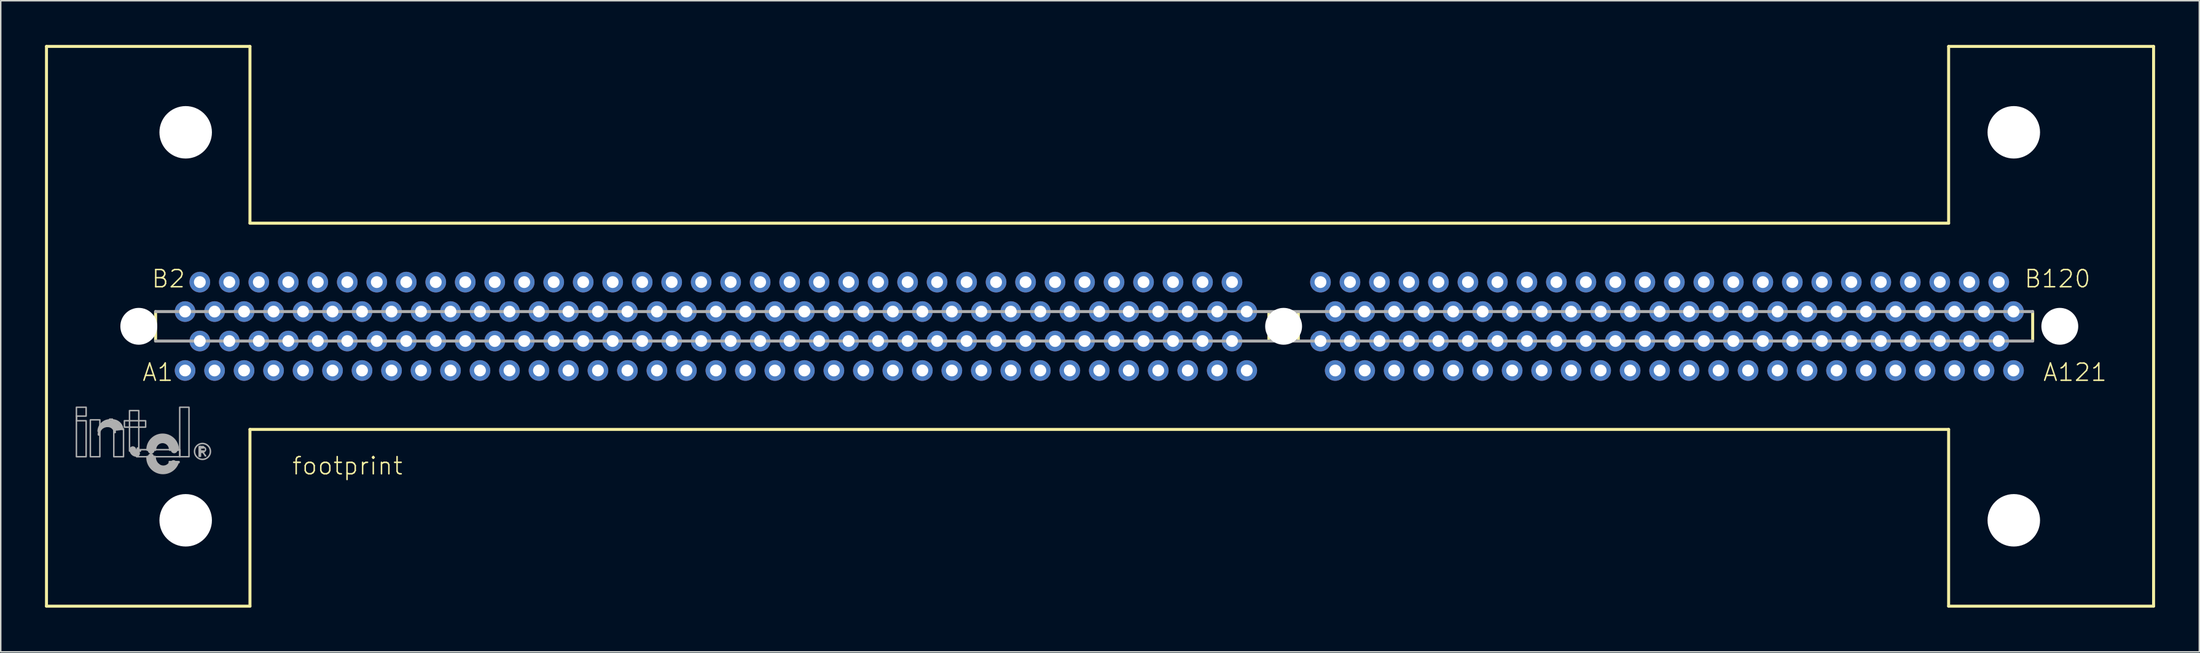
<source format=kicad_pcb>
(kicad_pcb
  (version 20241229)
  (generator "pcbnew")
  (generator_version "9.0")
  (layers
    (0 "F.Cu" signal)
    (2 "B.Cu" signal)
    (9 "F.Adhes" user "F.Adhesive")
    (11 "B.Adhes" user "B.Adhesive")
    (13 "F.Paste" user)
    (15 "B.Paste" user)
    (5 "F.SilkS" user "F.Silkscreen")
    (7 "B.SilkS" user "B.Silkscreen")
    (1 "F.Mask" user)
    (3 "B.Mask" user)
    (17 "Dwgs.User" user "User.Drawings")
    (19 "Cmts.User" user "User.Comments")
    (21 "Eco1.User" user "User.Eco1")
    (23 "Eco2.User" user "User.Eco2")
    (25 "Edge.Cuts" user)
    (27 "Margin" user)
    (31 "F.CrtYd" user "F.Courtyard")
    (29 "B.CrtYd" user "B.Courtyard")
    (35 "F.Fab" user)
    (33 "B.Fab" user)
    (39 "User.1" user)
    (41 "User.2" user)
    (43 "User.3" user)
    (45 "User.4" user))
  (footprint "footprint"
    (layer "F.Cu")
    (at 84.002 19.102)
    (property "Reference" "footprint" (at -67.31 10.16 0) (layer "F.SilkS") (effects (font (size 1.168 1.168) (thickness 0.102)) (justify left bottom)))
    (fp_line (start -83.9 -19) (end -70.1 -19) (stroke (width 0.203) (type solid)) (layer "F.SilkS"))
    (fp_line (start -83.9 19) (end -83.9 -19) (stroke (width 0.203) (type solid)) (layer "F.SilkS"))
    (fp_line (start -76.5 -1) (end -76.5 1) (stroke (width 0.203) (type solid)) (layer "F.SilkS"))
    (fp_line (start -70.1 -19) (end -70.1 -7) (stroke (width 0.203) (type solid)) (layer "F.SilkS"))
    (fp_line (start -70.1 -7) (end 45.1 -7) (stroke (width 0.203) (type solid)) (layer "F.SilkS"))
    (fp_line (start -70.1 7) (end -70.1 19) (stroke (width 0.203) (type solid)) (layer "F.SilkS"))
    (fp_line (start -70.1 19) (end -83.9 19) (stroke (width 0.203) (type solid)) (layer "F.SilkS"))
    (fp_line (start -1 -0.9) (end -1 0.9) (stroke (width 0.203) (type solid)) (layer "F.SilkS"))
    (fp_line (start 1 -0.9) (end 1 0.9) (stroke (width 0.203) (type solid)) (layer "F.SilkS"))
    (fp_line (start 45.1 -19) (end 59 -19) (stroke (width 0.203) (type solid)) (layer "F.SilkS"))
    (fp_line (start 45.1 -7) (end 45.1 -19) (stroke (width 0.203) (type solid)) (layer "F.SilkS"))
    (fp_line (start 45.1 7) (end -70.1 7) (stroke (width 0.203) (type solid)) (layer "F.SilkS"))
    (fp_line (start 45.1 19) (end 45.1 7) (stroke (width 0.203) (type solid)) (layer "F.SilkS"))
    (fp_line (start 50.8 1) (end 50.8 -1) (stroke (width 0.203) (type solid)) (layer "F.SilkS"))
    (fp_line (start 59 -19) (end 59 19) (stroke (width 0.203) (type solid)) (layer "F.SilkS"))
    (fp_line (start 59 19) (end 45.1 19) (stroke (width 0.203) (type solid)) (layer "F.SilkS"))
    (fp_line (start -76.5 1) (end 50.8 1) (stroke (width 0.203) (type solid)) (layer "F.Fab"))
    (fp_line (start -73.17 8.765) (end -73.14 8.81) (stroke (width 0.051) (type solid)) (layer "F.Fab"))
    (fp_line (start -73.14 8.765) (end -73.305 8.525) (stroke (width 0.102) (type solid)) (layer "F.Fab"))
    (fp_line (start -73.14 8.81) (end -73.08 8.81) (stroke (width 0.051) (type solid)) (layer "F.Fab"))
    (fp_line (start -73.08 8.81) (end -73.14 8.72) (stroke (width 0.051) (type solid)) (layer "F.Fab"))
    (fp_line (start 50.8 -1) (end -76.5 -1) (stroke (width 0.203) (type solid)) (layer "F.Fab"))
    (fp_arc (start -80.37 7.115) (mid -80.133611 6.595426) (end -79.605001 6.379999) (stroke (width 0.1524) (type solid)) (layer "F.Fab"))
    (fp_arc (start -80.355 7.355) (mid -80.167551 6.925137) (end -79.725 6.769998) (stroke (width 0.1524) (type solid)) (layer "F.Fab"))
    (fp_arc (start -80.2801 7.01) (mid -79.586702 6.447334) (end -78.87 6.979998) (stroke (width 0.1524) (type solid)) (layer "F.Fab"))
    (fp_arc (start -80.055 6.815) (mid -79.460734 6.579406) (end -78.975 6.995) (stroke (width 0.1524) (type solid)) (layer "F.Fab"))
    (fp_arc (start -79.785 6.7249) (mid -79.374337 6.723623) (end -79.08 7.01) (stroke (width 0.1524) (type solid)) (layer "F.Fab"))
    (fp_arc (start -79.77 6.77) (mid -79.431509 6.878616) (end -79.26 7.189998) (stroke (width 0.1524) (type solid)) (layer "F.Fab"))
    (fp_arc (start -79.485 6.755) (mid -79.317715 6.863838) (end -79.2 7.025) (stroke (width 0.1524) (type solid)) (layer "F.Fab"))
    (fp_arc (start -79.44 6.3799) (mid -78.981342 6.549266) (end -78.75 6.98) (stroke (width 0.1524) (type solid)) (layer "F.Fab"))
    (fp_arc (start -77.79 8.63) (mid -77.970312 8.555312) (end -78.045 8.375) (stroke (width 0.4572) (type solid)) (layer "F.Fab"))
    (fp_arc (start -77.55 8.45) (mid -77.666673 8.401673) (end -77.715 8.285) (stroke (width 0.1524) (type solid)) (layer "F.Fab"))
    (fp_arc (start -77.055 8.39) (mid -76.02 7.347473) (end -74.985 8.39) (stroke (width 0.1524) (type solid)) (layer "F.Fab"))
    (fp_arc (start -76.8001 8.42) (mid -76.035489 7.602124) (end -75.239999 8.389998) (stroke (width 0.4572) (type solid)) (layer "F.Fab"))
    (fp_arc (start -76.53 8.39) (mid -76.0275 7.856605) (end -75.525 8.39) (stroke (width 0.1524) (type solid)) (layer "F.Fab"))
    (fp_arc (start -76.305 9.4101) (mid -76.495002 9.161262) (end -76.56 8.855) (stroke (width 0.1524) (type solid)) (layer "F.Fab"))
    (fp_arc (start -75.944999 9.724999) (mid -76.572447 9.471686) (end -76.815 8.84) (stroke (width 0.4064) (type solid)) (layer "F.Fab"))
    (fp_arc (start -75.495099 9.215) (mid -75.861723 9.515015) (end -76.32 9.395) (stroke (width 0.1524) (type solid)) (layer "F.Fab"))
    (fp_arc (start -75.284998 9.29) (mid -75.55113 9.639532) (end -75.975 9.755) (stroke (width 0.4064) (type solid)) (layer "F.Fab"))
    (fp_arc (start -74.9851 9.215) (mid -76.179236 9.950274) (end -77.055 8.855) (stroke (width 0.1524) (type solid)) (layer "F.Fab"))
    (fp_arc (start -73.26 8.21) (mid -73.11 8.36) (end -73.26 8.51) (stroke (width 0.1016) (type solid)) (layer "F.Fab"))
    (fp_circle (center -73.32 8.495) (end -72.78 8.495) (stroke (width 0.102) (type solid)) (fill no) (layer "F.Fab"))
    (fp_poly (pts (xy -81.87 6.095) (xy -81.21 6.095) (xy -81.21 5.495) (xy -81.87 5.495)) (stroke (width 0.1) (type solid)) (fill no) (layer "F.Fab"))
    (fp_poly (pts (xy -81.87 6.41) (xy -81.855 6.41) (xy -81.855 6.095) (xy -81.87 6.095)) (stroke (width 0.1) (type solid)) (fill no) (layer "F.Fab"))
    (fp_poly (pts (xy -81.87 8.855) (xy -81.21 8.855) (xy -81.21 6.41) (xy -81.87 6.41)) (stroke (width 0.1) (type solid)) (fill no) (layer "F.Fab"))
    (fp_poly (pts (xy -80.925 8.855) (xy -80.28 8.855) (xy -80.28 6.35) (xy -80.925 6.35)) (stroke (width 0.1) (type solid)) (fill no) (layer "F.Fab"))
    (fp_poly (pts (xy -79.62 6.44) (xy -79.425 6.44) (xy -79.425 6.305) (xy -79.62 6.305)) (stroke (width 0.1) (type solid)) (fill no) (layer "F.Fab"))
    (fp_poly (pts (xy -79.335 8.855) (xy -78.675 8.855) (xy -78.675 6.965) (xy -79.335 6.965)) (stroke (width 0.1) (type solid)) (fill no) (layer "F.Fab"))
    (fp_poly (pts (xy -78.615 6.845) (xy -77.175 6.845) (xy -77.175 6.41) (xy -78.615 6.41)) (stroke (width 0.1) (type solid)) (fill no) (layer "F.Fab"))
    (fp_poly (pts (xy -78.27 8.465) (xy -77.64 8.465) (xy -77.64 5.72) (xy -78.27 5.72)) (stroke (width 0.1) (type solid)) (fill no) (layer "F.Fab"))
    (fp_poly (pts (xy -77.79 8.855) (xy -74.85 8.855) (xy -74.85 8.375) (xy -77.79 8.375)) (stroke (width 0.1) (type solid)) (fill no) (layer "F.Fab"))
    (fp_poly (pts (xy -75.57 9.245) (xy -74.91 9.245) (xy -74.91 9.185) (xy -75.57 9.185)) (stroke (width 0.1) (type solid)) (fill no) (layer "F.Fab"))
    (fp_poly (pts (xy -75.465 9.38) (xy -75.045 9.38) (xy -75.045 9.23) (xy -75.465 9.23)) (stroke (width 0.1) (type solid)) (fill no) (layer "F.Fab"))
    (fp_poly (pts (xy -74.865 8.855) (xy -74.235 8.855) (xy -74.235 5.495) (xy -74.865 5.495)) (stroke (width 0.1) (type solid)) (fill no) (layer "F.Fab"))
    (fp_poly (pts (xy -73.545 8.825) (xy -73.455 8.825) (xy -73.455 8.165) (xy -73.545 8.165)) (stroke (width 0.1) (type solid)) (fill no) (layer "F.Fab"))
    (fp_poly (pts (xy -73.47 8.255) (xy -73.26 8.255) (xy -73.26 8.165) (xy -73.47 8.165)) (stroke (width 0.1) (type solid)) (fill no) (layer "F.Fab"))
    (fp_poly (pts (xy -73.47 8.555) (xy -73.245 8.555) (xy -73.245 8.465) (xy -73.47 8.465)) (stroke (width 0.1) (type solid)) (fill no) (layer "F.Fab"))
    (fp_text user "A1" (at -77.47 3.81 0) (layer "F.SilkS") (effects (font (size 1.168 1.168) (thickness 0.102)) (justify left bottom)))
    (fp_text user "B2" (at -76.835 -2.54 0) (layer "F.SilkS") (effects (font (size 1.168 1.168) (thickness 0.102)) (justify left bottom)))
    (fp_text user "B120" (at 50.165 -2.54 0) (layer "F.SilkS") (effects (font (size 1.168 1.168) (thickness 0.102)) (justify left bottom)))
    (fp_text user "A121" (at 51.435 3.81 0) (layer "F.SilkS") (effects (font (size 1.168 1.168) (thickness 0.102)) (justify left bottom)))
    (pad "" np_thru_hole circle (at -77.64 0) (size 2.5 2.5) (drill 2.5) (layers "*.Cu" "*.Mask"))
    (pad "" np_thru_hole circle (at -74.46 -13.17) (size 3.56 3.56) (drill 3.56) (layers "*.Cu" "*.Mask"))
    (pad "" np_thru_hole circle (at -74.46 13.17) (size 3.56 3.56) (drill 3.56) (layers "*.Cu" "*.Mask"))
    (pad "" np_thru_hole circle (at 0 0) (size 2.5 2.5) (drill 2.5) (layers "*.Cu" "*.Mask"))
    (pad "" np_thru_hole circle (at 49.52 -13.17) (size 3.56 3.56) (drill 3.56) (layers "*.Cu" "*.Mask"))
    (pad "" np_thru_hole circle (at 49.52 13.17) (size 3.56 3.56) (drill 3.56) (layers "*.Cu" "*.Mask"))
    (pad "" np_thru_hole circle (at 52.64 0) (size 2.5 2.5) (drill 2.5) (layers "*.Cu" "*.Mask"))
    (pad "A1" thru_hole circle (at -74.5 3) (size 1.4 1.4) (drill 0.8) (layers "*.Cu" "*.Mask"))
    (pad "A2" thru_hole circle (at -73.5 1) (size 1.4 1.4) (drill 0.8) (layers "*.Cu" "*.Mask"))
    (pad "A3" thru_hole circle (at -72.5 3) (size 1.4 1.4) (drill 0.8) (layers "*.Cu" "*.Mask"))
    (pad "A4" thru_hole circle (at -71.5 1) (size 1.4 1.4) (drill 0.8) (layers "*.Cu" "*.Mask"))
    (pad "A5" thru_hole circle (at -70.5 3) (size 1.4 1.4) (drill 0.8) (layers "*.Cu" "*.Mask"))
    (pad "A6" thru_hole circle (at -69.5 1) (size 1.4 1.4) (drill 0.8) (layers "*.Cu" "*.Mask"))
    (pad "A7" thru_hole circle (at -68.5 3) (size 1.4 1.4) (drill 0.8) (layers "*.Cu" "*.Mask"))
    (pad "A8" thru_hole circle (at -67.5 1) (size 1.4 1.4) (drill 0.8) (layers "*.Cu" "*.Mask"))
    (pad "A9" thru_hole circle (at -66.5 3) (size 1.4 1.4) (drill 0.8) (layers "*.Cu" "*.Mask"))
    (pad "A10" thru_hole circle (at -65.5 1) (size 1.4 1.4) (drill 0.8) (layers "*.Cu" "*.Mask"))
    (pad "A11" thru_hole circle (at -64.5 3) (size 1.4 1.4) (drill 0.8) (layers "*.Cu" "*.Mask"))
    (pad "A12" thru_hole circle (at -63.5 1) (size 1.4 1.4) (drill 0.8) (layers "*.Cu" "*.Mask"))
    (pad "A13" thru_hole circle (at -62.5 3) (size 1.4 1.4) (drill 0.8) (layers "*.Cu" "*.Mask"))
    (pad "A14" thru_hole circle (at -61.5 1) (size 1.4 1.4) (drill 0.8) (layers "*.Cu" "*.Mask"))
    (pad "A15" thru_hole circle (at -60.5 3) (size 1.4 1.4) (drill 0.8) (layers "*.Cu" "*.Mask"))
    (pad "A16" thru_hole circle (at -59.5 1) (size 1.4 1.4) (drill 0.8) (layers "*.Cu" "*.Mask"))
    (pad "A17" thru_hole circle (at -58.5 3) (size 1.4 1.4) (drill 0.8) (layers "*.Cu" "*.Mask"))
    (pad "A18" thru_hole circle (at -57.5 1) (size 1.4 1.4) (drill 0.8) (layers "*.Cu" "*.Mask"))
    (pad "A19" thru_hole circle (at -56.5 3) (size 1.4 1.4) (drill 0.8) (layers "*.Cu" "*.Mask"))
    (pad "A20" thru_hole circle (at -55.5 1) (size 1.4 1.4) (drill 0.8) (layers "*.Cu" "*.Mask"))
    (pad "A21" thru_hole circle (at -54.5 3) (size 1.4 1.4) (drill 0.8) (layers "*.Cu" "*.Mask"))
    (pad "A22" thru_hole circle (at -53.5 1) (size 1.4 1.4) (drill 0.8) (layers "*.Cu" "*.Mask"))
    (pad "A23" thru_hole circle (at -52.5 3) (size 1.4 1.4) (drill 0.8) (layers "*.Cu" "*.Mask"))
    (pad "A24" thru_hole circle (at -51.5 1) (size 1.4 1.4) (drill 0.8) (layers "*.Cu" "*.Mask"))
    (pad "A25" thru_hole circle (at -50.5 3) (size 1.4 1.4) (drill 0.8) (layers "*.Cu" "*.Mask"))
    (pad "A26" thru_hole circle (at -49.5 1) (size 1.4 1.4) (drill 0.8) (layers "*.Cu" "*.Mask"))
    (pad "A27" thru_hole circle (at -48.5 3) (size 1.4 1.4) (drill 0.8) (layers "*.Cu" "*.Mask"))
    (pad "A28" thru_hole circle (at -47.5 1) (size 1.4 1.4) (drill 0.8) (layers "*.Cu" "*.Mask"))
    (pad "A29" thru_hole circle (at -46.5 3) (size 1.4 1.4) (drill 0.8) (layers "*.Cu" "*.Mask"))
    (pad "A30" thru_hole circle (at -45.5 1) (size 1.4 1.4) (drill 0.8) (layers "*.Cu" "*.Mask"))
    (pad "A31" thru_hole circle (at -44.5 3) (size 1.4 1.4) (drill 0.8) (layers "*.Cu" "*.Mask"))
    (pad "A32" thru_hole circle (at -43.5 1) (size 1.4 1.4) (drill 0.8) (layers "*.Cu" "*.Mask"))
    (pad "A33" thru_hole circle (at -42.5 3) (size 1.4 1.4) (drill 0.8) (layers "*.Cu" "*.Mask"))
    (pad "A34" thru_hole circle (at -41.5 1) (size 1.4 1.4) (drill 0.8) (layers "*.Cu" "*.Mask"))
    (pad "A35" thru_hole circle (at -40.5 3) (size 1.4 1.4) (drill 0.8) (layers "*.Cu" "*.Mask"))
    (pad "A36" thru_hole circle (at -39.5 1) (size 1.4 1.4) (drill 0.8) (layers "*.Cu" "*.Mask"))
    (pad "A37" thru_hole circle (at -38.5 3) (size 1.4 1.4) (drill 0.8) (layers "*.Cu" "*.Mask"))
    (pad "A38" thru_hole circle (at -37.5 1) (size 1.4 1.4) (drill 0.8) (layers "*.Cu" "*.Mask"))
    (pad "A39" thru_hole circle (at -36.5 3) (size 1.4 1.4) (drill 0.8) (layers "*.Cu" "*.Mask"))
    (pad "A40" thru_hole circle (at -35.5 1) (size 1.4 1.4) (drill 0.8) (layers "*.Cu" "*.Mask"))
    (pad "A41" thru_hole circle (at -34.5 3) (size 1.4 1.4) (drill 0.8) (layers "*.Cu" "*.Mask"))
    (pad "A42" thru_hole circle (at -33.5 1) (size 1.4 1.4) (drill 0.8) (layers "*.Cu" "*.Mask"))
    (pad "A43" thru_hole circle (at -32.5 3) (size 1.4 1.4) (drill 0.8) (layers "*.Cu" "*.Mask"))
    (pad "A44" thru_hole circle (at -31.5 1) (size 1.4 1.4) (drill 0.8) (layers "*.Cu" "*.Mask"))
    (pad "A45" thru_hole circle (at -30.5 3) (size 1.4 1.4) (drill 0.8) (layers "*.Cu" "*.Mask"))
    (pad "A46" thru_hole circle (at -29.5 1) (size 1.4 1.4) (drill 0.8) (layers "*.Cu" "*.Mask"))
    (pad "A47" thru_hole circle (at -28.5 3) (size 1.4 1.4) (drill 0.8) (layers "*.Cu" "*.Mask"))
    (pad "A48" thru_hole circle (at -27.5 1) (size 1.4 1.4) (drill 0.8) (layers "*.Cu" "*.Mask"))
    (pad "A49" thru_hole circle (at -26.5 3) (size 1.4 1.4) (drill 0.8) (layers "*.Cu" "*.Mask"))
    (pad "A50" thru_hole circle (at -25.5 1) (size 1.4 1.4) (drill 0.8) (layers "*.Cu" "*.Mask"))
    (pad "A51" thru_hole circle (at -24.5 3) (size 1.4 1.4) (drill 0.8) (layers "*.Cu" "*.Mask"))
    (pad "A52" thru_hole circle (at -23.5 1) (size 1.4 1.4) (drill 0.8) (layers "*.Cu" "*.Mask"))
    (pad "A53" thru_hole circle (at -22.5 3) (size 1.4 1.4) (drill 0.8) (layers "*.Cu" "*.Mask"))
    (pad "A54" thru_hole circle (at -21.5 1) (size 1.4 1.4) (drill 0.8) (layers "*.Cu" "*.Mask"))
    (pad "A55" thru_hole circle (at -20.5 3) (size 1.4 1.4) (drill 0.8) (layers "*.Cu" "*.Mask"))
    (pad "A56" thru_hole circle (at -19.5 1) (size 1.4 1.4) (drill 0.8) (layers "*.Cu" "*.Mask"))
    (pad "A57" thru_hole circle (at -18.5 3) (size 1.4 1.4) (drill 0.8) (layers "*.Cu" "*.Mask"))
    (pad "A58" thru_hole circle (at -17.5 1) (size 1.4 1.4) (drill 0.8) (layers "*.Cu" "*.Mask"))
    (pad "A59" thru_hole circle (at -16.5 3) (size 1.4 1.4) (drill 0.8) (layers "*.Cu" "*.Mask"))
    (pad "A60" thru_hole circle (at -15.5 1) (size 1.4 1.4) (drill 0.8) (layers "*.Cu" "*.Mask"))
    (pad "A61" thru_hole circle (at -14.5 3) (size 1.4 1.4) (drill 0.8) (layers "*.Cu" "*.Mask"))
    (pad "A62" thru_hole circle (at -13.5 1) (size 1.4 1.4) (drill 0.8) (layers "*.Cu" "*.Mask"))
    (pad "A63" thru_hole circle (at -12.5 3) (size 1.4 1.4) (drill 0.8) (layers "*.Cu" "*.Mask"))
    (pad "A64" thru_hole circle (at -11.5 1) (size 1.4 1.4) (drill 0.8) (layers "*.Cu" "*.Mask"))
    (pad "A65" thru_hole circle (at -10.5 3) (size 1.4 1.4) (drill 0.8) (layers "*.Cu" "*.Mask"))
    (pad "A66" thru_hole circle (at -9.5 1) (size 1.4 1.4) (drill 0.8) (layers "*.Cu" "*.Mask"))
    (pad "A67" thru_hole circle (at -8.5 3) (size 1.4 1.4) (drill 0.8) (layers "*.Cu" "*.Mask"))
    (pad "A68" thru_hole circle (at -7.5 1) (size 1.4 1.4) (drill 0.8) (layers "*.Cu" "*.Mask"))
    (pad "A69" thru_hole circle (at -6.5 3) (size 1.4 1.4) (drill 0.8) (layers "*.Cu" "*.Mask"))
    (pad "A70" thru_hole circle (at -5.5 1) (size 1.4 1.4) (drill 0.8) (layers "*.Cu" "*.Mask"))
    (pad "A71" thru_hole circle (at -4.5 3) (size 1.4 1.4) (drill 0.8) (layers "*.Cu" "*.Mask"))
    (pad "A72" thru_hole circle (at -3.5 1) (size 1.4 1.4) (drill 0.8) (layers "*.Cu" "*.Mask"))
    (pad "A73" thru_hole circle (at -2.5 3) (size 1.4 1.4) (drill 0.8) (layers "*.Cu" "*.Mask"))
    (pad "A74" thru_hole circle (at 2.5 1) (size 1.4 1.4) (drill 0.8) (layers "*.Cu" "*.Mask"))
    (pad "A75" thru_hole circle (at 3.5 3) (size 1.4 1.4) (drill 0.8) (layers "*.Cu" "*.Mask"))
    (pad "A76" thru_hole circle (at 4.5 1) (size 1.4 1.4) (drill 0.8) (layers "*.Cu" "*.Mask"))
    (pad "A77" thru_hole circle (at 5.5 3) (size 1.4 1.4) (drill 0.8) (layers "*.Cu" "*.Mask"))
    (pad "A78" thru_hole circle (at 6.5 1) (size 1.4 1.4) (drill 0.8) (layers "*.Cu" "*.Mask"))
    (pad "A79" thru_hole circle (at 7.5 3) (size 1.4 1.4) (drill 0.8) (layers "*.Cu" "*.Mask"))
    (pad "A80" thru_hole circle (at 8.5 1) (size 1.4 1.4) (drill 0.8) (layers "*.Cu" "*.Mask"))
    (pad "A81" thru_hole circle (at 9.5 3) (size 1.4 1.4) (drill 0.8) (layers "*.Cu" "*.Mask"))
    (pad "A82" thru_hole circle (at 10.5 1) (size 1.4 1.4) (drill 0.8) (layers "*.Cu" "*.Mask"))
    (pad "A83" thru_hole circle (at 11.5 3) (size 1.4 1.4) (drill 0.8) (layers "*.Cu" "*.Mask"))
    (pad "A84" thru_hole circle (at 12.5 1) (size 1.4 1.4) (drill 0.8) (layers "*.Cu" "*.Mask"))
    (pad "A85" thru_hole circle (at 13.5 3) (size 1.4 1.4) (drill 0.8) (layers "*.Cu" "*.Mask"))
    (pad "A86" thru_hole circle (at 14.5 1) (size 1.4 1.4) (drill 0.8) (layers "*.Cu" "*.Mask"))
    (pad "A87" thru_hole circle (at 15.5 3) (size 1.4 1.4) (drill 0.8) (layers "*.Cu" "*.Mask"))
    (pad "A88" thru_hole circle (at 16.5 1) (size 1.4 1.4) (drill 0.8) (layers "*.Cu" "*.Mask"))
    (pad "A89" thru_hole circle (at 17.5 3) (size 1.4 1.4) (drill 0.8) (layers "*.Cu" "*.Mask"))
    (pad "A90" thru_hole circle (at 18.5 1) (size 1.4 1.4) (drill 0.8) (layers "*.Cu" "*.Mask"))
    (pad "A91" thru_hole circle (at 19.5 3) (size 1.4 1.4) (drill 0.8) (layers "*.Cu" "*.Mask"))
    (pad "A92" thru_hole circle (at 20.5 1) (size 1.4 1.4) (drill 0.8) (layers "*.Cu" "*.Mask"))
    (pad "A93" thru_hole circle (at 21.5 3) (size 1.4 1.4) (drill 0.8) (layers "*.Cu" "*.Mask"))
    (pad "A94" thru_hole circle (at 22.5 1) (size 1.4 1.4) (drill 0.8) (layers "*.Cu" "*.Mask"))
    (pad "A95" thru_hole circle (at 23.5 3) (size 1.4 1.4) (drill 0.8) (layers "*.Cu" "*.Mask"))
    (pad "A96" thru_hole circle (at 24.5 1) (size 1.4 1.4) (drill 0.8) (layers "*.Cu" "*.Mask"))
    (pad "A97" thru_hole circle (at 25.5 3) (size 1.4 1.4) (drill 0.8) (layers "*.Cu" "*.Mask"))
    (pad "A98" thru_hole circle (at 26.5 1) (size 1.4 1.4) (drill 0.8) (layers "*.Cu" "*.Mask"))
    (pad "A99" thru_hole circle (at 27.5 3) (size 1.4 1.4) (drill 0.8) (layers "*.Cu" "*.Mask"))
    (pad "A100" thru_hole circle (at 28.5 1) (size 1.4 1.4) (drill 0.8) (layers "*.Cu" "*.Mask"))
    (pad "A101" thru_hole circle (at 29.5 3) (size 1.4 1.4) (drill 0.8) (layers "*.Cu" "*.Mask"))
    (pad "A102" thru_hole circle (at 30.5 1) (size 1.4 1.4) (drill 0.8) (layers "*.Cu" "*.Mask"))
    (pad "A103" thru_hole circle (at 31.5 3) (size 1.4 1.4) (drill 0.8) (layers "*.Cu" "*.Mask"))
    (pad "A104" thru_hole circle (at 32.5 1) (size 1.4 1.4) (drill 0.8) (layers "*.Cu" "*.Mask"))
    (pad "A105" thru_hole circle (at 33.5 3) (size 1.4 1.4) (drill 0.8) (layers "*.Cu" "*.Mask"))
    (pad "A106" thru_hole circle (at 34.5 1) (size 1.4 1.4) (drill 0.8) (layers "*.Cu" "*.Mask"))
    (pad "A107" thru_hole circle (at 35.5 3) (size 1.4 1.4) (drill 0.8) (layers "*.Cu" "*.Mask"))
    (pad "A108" thru_hole circle (at 36.5 1) (size 1.4 1.4) (drill 0.8) (layers "*.Cu" "*.Mask"))
    (pad "A109" thru_hole circle (at 37.5 3) (size 1.4 1.4) (drill 0.8) (layers "*.Cu" "*.Mask"))
    (pad "A110" thru_hole circle (at 38.5 1) (size 1.4 1.4) (drill 0.8) (layers "*.Cu" "*.Mask"))
    (pad "A111" thru_hole circle (at 39.5 3) (size 1.4 1.4) (drill 0.8) (layers "*.Cu" "*.Mask"))
    (pad "A112" thru_hole circle (at 40.5 1) (size 1.4 1.4) (drill 0.8) (layers "*.Cu" "*.Mask"))
    (pad "A113" thru_hole circle (at 41.5 3) (size 1.4 1.4) (drill 0.8) (layers "*.Cu" "*.Mask"))
    (pad "A114" thru_hole circle (at 42.5 1) (size 1.4 1.4) (drill 0.8) (layers "*.Cu" "*.Mask"))
    (pad "A115" thru_hole circle (at 43.5 3) (size 1.4 1.4) (drill 0.8) (layers "*.Cu" "*.Mask"))
    (pad "A116" thru_hole circle (at 44.5 1) (size 1.4 1.4) (drill 0.8) (layers "*.Cu" "*.Mask"))
    (pad "A117" thru_hole circle (at 45.5 3) (size 1.4 1.4) (drill 0.8) (layers "*.Cu" "*.Mask"))
    (pad "A118" thru_hole circle (at 46.5 1) (size 1.4 1.4) (drill 0.8) (layers "*.Cu" "*.Mask"))
    (pad "A119" thru_hole circle (at 47.5 3) (size 1.4 1.4) (drill 0.8) (layers "*.Cu" "*.Mask"))
    (pad "A120" thru_hole circle (at 48.5 1) (size 1.4 1.4) (drill 0.8) (layers "*.Cu" "*.Mask"))
    (pad "A121" thru_hole circle (at 49.5 3) (size 1.4 1.4) (drill 0.8) (layers "*.Cu" "*.Mask"))
    (pad "B1" thru_hole circle (at -74.5 -1) (size 1.4 1.4) (drill 0.8) (layers "*.Cu" "*.Mask"))
    (pad "B2" thru_hole circle (at -73.5 -3) (size 1.4 1.4) (drill 0.8) (layers "*.Cu" "*.Mask"))
    (pad "B3" thru_hole circle (at -72.5 -1) (size 1.4 1.4) (drill 0.8) (layers "*.Cu" "*.Mask"))
    (pad "B4" thru_hole circle (at -71.5 -3) (size 1.4 1.4) (drill 0.8) (layers "*.Cu" "*.Mask"))
    (pad "B5" thru_hole circle (at -70.5 -1) (size 1.4 1.4) (drill 0.8) (layers "*.Cu" "*.Mask"))
    (pad "B6" thru_hole circle (at -69.5 -3) (size 1.4 1.4) (drill 0.8) (layers "*.Cu" "*.Mask"))
    (pad "B7" thru_hole circle (at -68.5 -1) (size 1.4 1.4) (drill 0.8) (layers "*.Cu" "*.Mask"))
    (pad "B8" thru_hole circle (at -67.5 -3) (size 1.4 1.4) (drill 0.8) (layers "*.Cu" "*.Mask"))
    (pad "B9" thru_hole circle (at -66.5 -1) (size 1.4 1.4) (drill 0.8) (layers "*.Cu" "*.Mask"))
    (pad "B10" thru_hole circle (at -65.5 -3) (size 1.4 1.4) (drill 0.8) (layers "*.Cu" "*.Mask"))
    (pad "B11" thru_hole circle (at -64.5 -1) (size 1.4 1.4) (drill 0.8) (layers "*.Cu" "*.Mask"))
    (pad "B12" thru_hole circle (at -63.5 -3) (size 1.4 1.4) (drill 0.8) (layers "*.Cu" "*.Mask"))
    (pad "B13" thru_hole circle (at -62.5 -1) (size 1.4 1.4) (drill 0.8) (layers "*.Cu" "*.Mask"))
    (pad "B14" thru_hole circle (at -61.5 -3) (size 1.4 1.4) (drill 0.8) (layers "*.Cu" "*.Mask"))
    (pad "B15" thru_hole circle (at -60.5 -1) (size 1.4 1.4) (drill 0.8) (layers "*.Cu" "*.Mask"))
    (pad "B16" thru_hole circle (at -59.5 -3) (size 1.4 1.4) (drill 0.8) (layers "*.Cu" "*.Mask"))
    (pad "B17" thru_hole circle (at -58.5 -1) (size 1.4 1.4) (drill 0.8) (layers "*.Cu" "*.Mask"))
    (pad "B18" thru_hole circle (at -57.5 -3) (size 1.4 1.4) (drill 0.8) (layers "*.Cu" "*.Mask"))
    (pad "B19" thru_hole circle (at -56.5 -1) (size 1.4 1.4) (drill 0.8) (layers "*.Cu" "*.Mask"))
    (pad "B20" thru_hole circle (at -55.5 -3) (size 1.4 1.4) (drill 0.8) (layers "*.Cu" "*.Mask"))
    (pad "B21" thru_hole circle (at -54.5 -1) (size 1.4 1.4) (drill 0.8) (layers "*.Cu" "*.Mask"))
    (pad "B22" thru_hole circle (at -53.5 -3) (size 1.4 1.4) (drill 0.8) (layers "*.Cu" "*.Mask"))
    (pad "B23" thru_hole circle (at -52.5 -1) (size 1.4 1.4) (drill 0.8) (layers "*.Cu" "*.Mask"))
    (pad "B24" thru_hole circle (at -51.5 -3) (size 1.4 1.4) (drill 0.8) (layers "*.Cu" "*.Mask"))
    (pad "B25" thru_hole circle (at -50.5 -1) (size 1.4 1.4) (drill 0.8) (layers "*.Cu" "*.Mask"))
    (pad "B26" thru_hole circle (at -49.5 -3) (size 1.4 1.4) (drill 0.8) (layers "*.Cu" "*.Mask"))
    (pad "B27" thru_hole circle (at -48.5 -1) (size 1.4 1.4) (drill 0.8) (layers "*.Cu" "*.Mask"))
    (pad "B28" thru_hole circle (at -47.5 -3) (size 1.4 1.4) (drill 0.8) (layers "*.Cu" "*.Mask"))
    (pad "B29" thru_hole circle (at -46.5 -1) (size 1.4 1.4) (drill 0.8) (layers "*.Cu" "*.Mask"))
    (pad "B30" thru_hole circle (at -45.5 -3) (size 1.4 1.4) (drill 0.8) (layers "*.Cu" "*.Mask"))
    (pad "B31" thru_hole circle (at -44.5 -1) (size 1.4 1.4) (drill 0.8) (layers "*.Cu" "*.Mask"))
    (pad "B32" thru_hole circle (at -43.5 -3) (size 1.4 1.4) (drill 0.8) (layers "*.Cu" "*.Mask"))
    (pad "B33" thru_hole circle (at -42.5 -1) (size 1.4 1.4) (drill 0.8) (layers "*.Cu" "*.Mask"))
    (pad "B34" thru_hole circle (at -41.5 -3) (size 1.4 1.4) (drill 0.8) (layers "*.Cu" "*.Mask"))
    (pad "B35" thru_hole circle (at -40.5 -1) (size 1.4 1.4) (drill 0.8) (layers "*.Cu" "*.Mask"))
    (pad "B36" thru_hole circle (at -39.5 -3) (size 1.4 1.4) (drill 0.8) (layers "*.Cu" "*.Mask"))
    (pad "B37" thru_hole circle (at -38.5 -1) (size 1.4 1.4) (drill 0.8) (layers "*.Cu" "*.Mask"))
    (pad "B38" thru_hole circle (at -37.5 -3) (size 1.4 1.4) (drill 0.8) (layers "*.Cu" "*.Mask"))
    (pad "B39" thru_hole circle (at -36.5 -1) (size 1.4 1.4) (drill 0.8) (layers "*.Cu" "*.Mask"))
    (pad "B40" thru_hole circle (at -35.5 -3) (size 1.4 1.4) (drill 0.8) (layers "*.Cu" "*.Mask"))
    (pad "B41" thru_hole circle (at -34.5 -1) (size 1.4 1.4) (drill 0.8) (layers "*.Cu" "*.Mask"))
    (pad "B42" thru_hole circle (at -33.5 -3) (size 1.4 1.4) (drill 0.8) (layers "*.Cu" "*.Mask"))
    (pad "B43" thru_hole circle (at -32.5 -1) (size 1.4 1.4) (drill 0.8) (layers "*.Cu" "*.Mask"))
    (pad "B44" thru_hole circle (at -31.5 -3) (size 1.4 1.4) (drill 0.8) (layers "*.Cu" "*.Mask"))
    (pad "B45" thru_hole circle (at -30.5 -1) (size 1.4 1.4) (drill 0.8) (layers "*.Cu" "*.Mask"))
    (pad "B46" thru_hole circle (at -29.5 -3) (size 1.4 1.4) (drill 0.8) (layers "*.Cu" "*.Mask"))
    (pad "B47" thru_hole circle (at -28.5 -1) (size 1.4 1.4) (drill 0.8) (layers "*.Cu" "*.Mask"))
    (pad "B48" thru_hole circle (at -27.5 -3) (size 1.4 1.4) (drill 0.8) (layers "*.Cu" "*.Mask"))
    (pad "B49" thru_hole circle (at -26.5 -1) (size 1.4 1.4) (drill 0.8) (layers "*.Cu" "*.Mask"))
    (pad "B50" thru_hole circle (at -25.5 -3) (size 1.4 1.4) (drill 0.8) (layers "*.Cu" "*.Mask"))
    (pad "B51" thru_hole circle (at -24.5 -1) (size 1.4 1.4) (drill 0.8) (layers "*.Cu" "*.Mask"))
    (pad "B52" thru_hole circle (at -23.5 -3) (size 1.4 1.4) (drill 0.8) (layers "*.Cu" "*.Mask"))
    (pad "B53" thru_hole circle (at -22.5 -1) (size 1.4 1.4) (drill 0.8) (layers "*.Cu" "*.Mask"))
    (pad "B54" thru_hole circle (at -21.5 -3) (size 1.4 1.4) (drill 0.8) (layers "*.Cu" "*.Mask"))
    (pad "B55" thru_hole circle (at -20.5 -1) (size 1.4 1.4) (drill 0.8) (layers "*.Cu" "*.Mask"))
    (pad "B56" thru_hole circle (at -19.5 -3) (size 1.4 1.4) (drill 0.8) (layers "*.Cu" "*.Mask"))
    (pad "B57" thru_hole circle (at -18.5 -1) (size 1.4 1.4) (drill 0.8) (layers "*.Cu" "*.Mask"))
    (pad "B58" thru_hole circle (at -17.5 -3) (size 1.4 1.4) (drill 0.8) (layers "*.Cu" "*.Mask"))
    (pad "B59" thru_hole circle (at -16.5 -1) (size 1.4 1.4) (drill 0.8) (layers "*.Cu" "*.Mask"))
    (pad "B60" thru_hole circle (at -15.5 -3) (size 1.4 1.4) (drill 0.8) (layers "*.Cu" "*.Mask"))
    (pad "B61" thru_hole circle (at -14.5 -1) (size 1.4 1.4) (drill 0.8) (layers "*.Cu" "*.Mask"))
    (pad "B62" thru_hole circle (at -13.5 -3) (size 1.4 1.4) (drill 0.8) (layers "*.Cu" "*.Mask"))
    (pad "B63" thru_hole circle (at -12.5 -1) (size 1.4 1.4) (drill 0.8) (layers "*.Cu" "*.Mask"))
    (pad "B64" thru_hole circle (at -11.5 -3) (size 1.4 1.4) (drill 0.8) (layers "*.Cu" "*.Mask"))
    (pad "B65" thru_hole circle (at -10.5 -1) (size 1.4 1.4) (drill 0.8) (layers "*.Cu" "*.Mask"))
    (pad "B66" thru_hole circle (at -9.5 -3) (size 1.4 1.4) (drill 0.8) (layers "*.Cu" "*.Mask"))
    (pad "B67" thru_hole circle (at -8.5 -1) (size 1.4 1.4) (drill 0.8) (layers "*.Cu" "*.Mask"))
    (pad "B68" thru_hole circle (at -7.5 -3) (size 1.4 1.4) (drill 0.8) (layers "*.Cu" "*.Mask"))
    (pad "B69" thru_hole circle (at -6.5 -1) (size 1.4 1.4) (drill 0.8) (layers "*.Cu" "*.Mask"))
    (pad "B70" thru_hole circle (at -5.5 -3) (size 1.4 1.4) (drill 0.8) (layers "*.Cu" "*.Mask"))
    (pad "B71" thru_hole circle (at -4.5 -1) (size 1.4 1.4) (drill 0.8) (layers "*.Cu" "*.Mask"))
    (pad "B72" thru_hole circle (at -3.5 -3) (size 1.4 1.4) (drill 0.8) (layers "*.Cu" "*.Mask"))
    (pad "B73" thru_hole circle (at -2.5 -1) (size 1.4 1.4) (drill 0.8) (layers "*.Cu" "*.Mask"))
    (pad "B74" thru_hole circle (at 2.5 -3) (size 1.4 1.4) (drill 0.8) (layers "*.Cu" "*.Mask"))
    (pad "B75" thru_hole circle (at 3.5 -1) (size 1.4 1.4) (drill 0.8) (layers "*.Cu" "*.Mask"))
    (pad "B76" thru_hole circle (at 4.5 -3) (size 1.4 1.4) (drill 0.8) (layers "*.Cu" "*.Mask"))
    (pad "B77" thru_hole circle (at 5.5 -1) (size 1.4 1.4) (drill 0.8) (layers "*.Cu" "*.Mask"))
    (pad "B78" thru_hole circle (at 6.5 -3) (size 1.4 1.4) (drill 0.8) (layers "*.Cu" "*.Mask"))
    (pad "B79" thru_hole circle (at 7.5 -1) (size 1.4 1.4) (drill 0.8) (layers "*.Cu" "*.Mask"))
    (pad "B80" thru_hole circle (at 8.5 -3) (size 1.4 1.4) (drill 0.8) (layers "*.Cu" "*.Mask"))
    (pad "B81" thru_hole circle (at 9.5 -1) (size 1.4 1.4) (drill 0.8) (layers "*.Cu" "*.Mask"))
    (pad "B82" thru_hole circle (at 10.5 -3) (size 1.4 1.4) (drill 0.8) (layers "*.Cu" "*.Mask"))
    (pad "B83" thru_hole circle (at 11.5 -1) (size 1.4 1.4) (drill 0.8) (layers "*.Cu" "*.Mask"))
    (pad "B84" thru_hole circle (at 12.5 -3) (size 1.4 1.4) (drill 0.8) (layers "*.Cu" "*.Mask"))
    (pad "B85" thru_hole circle (at 13.5 -1) (size 1.4 1.4) (drill 0.8) (layers "*.Cu" "*.Mask"))
    (pad "B86" thru_hole circle (at 14.5 -3) (size 1.4 1.4) (drill 0.8) (layers "*.Cu" "*.Mask"))
    (pad "B87" thru_hole circle (at 15.5 -1) (size 1.4 1.4) (drill 0.8) (layers "*.Cu" "*.Mask"))
    (pad "B88" thru_hole circle (at 16.5 -3) (size 1.4 1.4) (drill 0.8) (layers "*.Cu" "*.Mask"))
    (pad "B89" thru_hole circle (at 17.5 -1) (size 1.4 1.4) (drill 0.8) (layers "*.Cu" "*.Mask"))
    (pad "B90" thru_hole circle (at 18.5 -3) (size 1.4 1.4) (drill 0.8) (layers "*.Cu" "*.Mask"))
    (pad "B91" thru_hole circle (at 19.5 -1) (size 1.4 1.4) (drill 0.8) (layers "*.Cu" "*.Mask"))
    (pad "B92" thru_hole circle (at 20.5 -3) (size 1.4 1.4) (drill 0.8) (layers "*.Cu" "*.Mask"))
    (pad "B93" thru_hole circle (at 21.5 -1) (size 1.4 1.4) (drill 0.8) (layers "*.Cu" "*.Mask"))
    (pad "B94" thru_hole circle (at 22.5 -3) (size 1.4 1.4) (drill 0.8) (layers "*.Cu" "*.Mask"))
    (pad "B95" thru_hole circle (at 23.5 -1) (size 1.4 1.4) (drill 0.8) (layers "*.Cu" "*.Mask"))
    (pad "B96" thru_hole circle (at 24.5 -3) (size 1.4 1.4) (drill 0.8) (layers "*.Cu" "*.Mask"))
    (pad "B97" thru_hole circle (at 25.5 -1) (size 1.4 1.4) (drill 0.8) (layers "*.Cu" "*.Mask"))
    (pad "B98" thru_hole circle (at 26.5 -3) (size 1.4 1.4) (drill 0.8) (layers "*.Cu" "*.Mask"))
    (pad "B99" thru_hole circle (at 27.5 -1) (size 1.4 1.4) (drill 0.8) (layers "*.Cu" "*.Mask"))
    (pad "B100" thru_hole circle (at 28.5 -3) (size 1.4 1.4) (drill 0.8) (layers "*.Cu" "*.Mask"))
    (pad "B101" thru_hole circle (at 29.5 -1) (size 1.4 1.4) (drill 0.8) (layers "*.Cu" "*.Mask"))
    (pad "B102" thru_hole circle (at 30.5 -3) (size 1.4 1.4) (drill 0.8) (layers "*.Cu" "*.Mask"))
    (pad "B103" thru_hole circle (at 31.5 -1) (size 1.4 1.4) (drill 0.8) (layers "*.Cu" "*.Mask"))
    (pad "B104" thru_hole circle (at 32.5 -3) (size 1.4 1.4) (drill 0.8) (layers "*.Cu" "*.Mask"))
    (pad "B105" thru_hole circle (at 33.5 -1) (size 1.4 1.4) (drill 0.8) (layers "*.Cu" "*.Mask"))
    (pad "B106" thru_hole circle (at 34.5 -3) (size 1.4 1.4) (drill 0.8) (layers "*.Cu" "*.Mask"))
    (pad "B107" thru_hole circle (at 35.5 -1) (size 1.4 1.4) (drill 0.8) (layers "*.Cu" "*.Mask"))
    (pad "B108" thru_hole circle (at 36.5 -3) (size 1.4 1.4) (drill 0.8) (layers "*.Cu" "*.Mask"))
    (pad "B109" thru_hole circle (at 37.5 -1) (size 1.4 1.4) (drill 0.8) (layers "*.Cu" "*.Mask"))
    (pad "B110" thru_hole circle (at 38.5 -3) (size 1.4 1.4) (drill 0.8) (layers "*.Cu" "*.Mask"))
    (pad "B111" thru_hole circle (at 39.5 -1) (size 1.4 1.4) (drill 0.8) (layers "*.Cu" "*.Mask"))
    (pad "B112" thru_hole circle (at 40.5 -3) (size 1.4 1.4) (drill 0.8) (layers "*.Cu" "*.Mask"))
    (pad "B113" thru_hole circle (at 41.5 -1) (size 1.4 1.4) (drill 0.8) (layers "*.Cu" "*.Mask"))
    (pad "B114" thru_hole circle (at 42.5 -3) (size 1.4 1.4) (drill 0.8) (layers "*.Cu" "*.Mask"))
    (pad "B115" thru_hole circle (at 43.5 -1) (size 1.4 1.4) (drill 0.8) (layers "*.Cu" "*.Mask"))
    (pad "B116" thru_hole circle (at 44.5 -3) (size 1.4 1.4) (drill 0.8) (layers "*.Cu" "*.Mask"))
    (pad "B117" thru_hole circle (at 45.5 -1) (size 1.4 1.4) (drill 0.8) (layers "*.Cu" "*.Mask"))
    (pad "B118" thru_hole circle (at 46.5 -3) (size 1.4 1.4) (drill 0.8) (layers "*.Cu" "*.Mask"))
    (pad "B119" thru_hole circle (at 47.5 -1) (size 1.4 1.4) (drill 0.8) (layers "*.Cu" "*.Mask"))
    (pad "B120" thru_hole circle (at 48.5 -3) (size 1.4 1.4) (drill 0.8) (layers "*.Cu" "*.Mask"))
    (pad "B121" thru_hole circle (at 49.5 -1) (size 1.4 1.4) (drill 0.8) (layers "*.Cu" "*.Mask")))
  (gr_rect
    (start -3 -3)
    (end 146.103 41.203)
    (stroke (width 0.1) (type default))
    (fill no)
    (layer "Edge.Cuts")))
</source>
